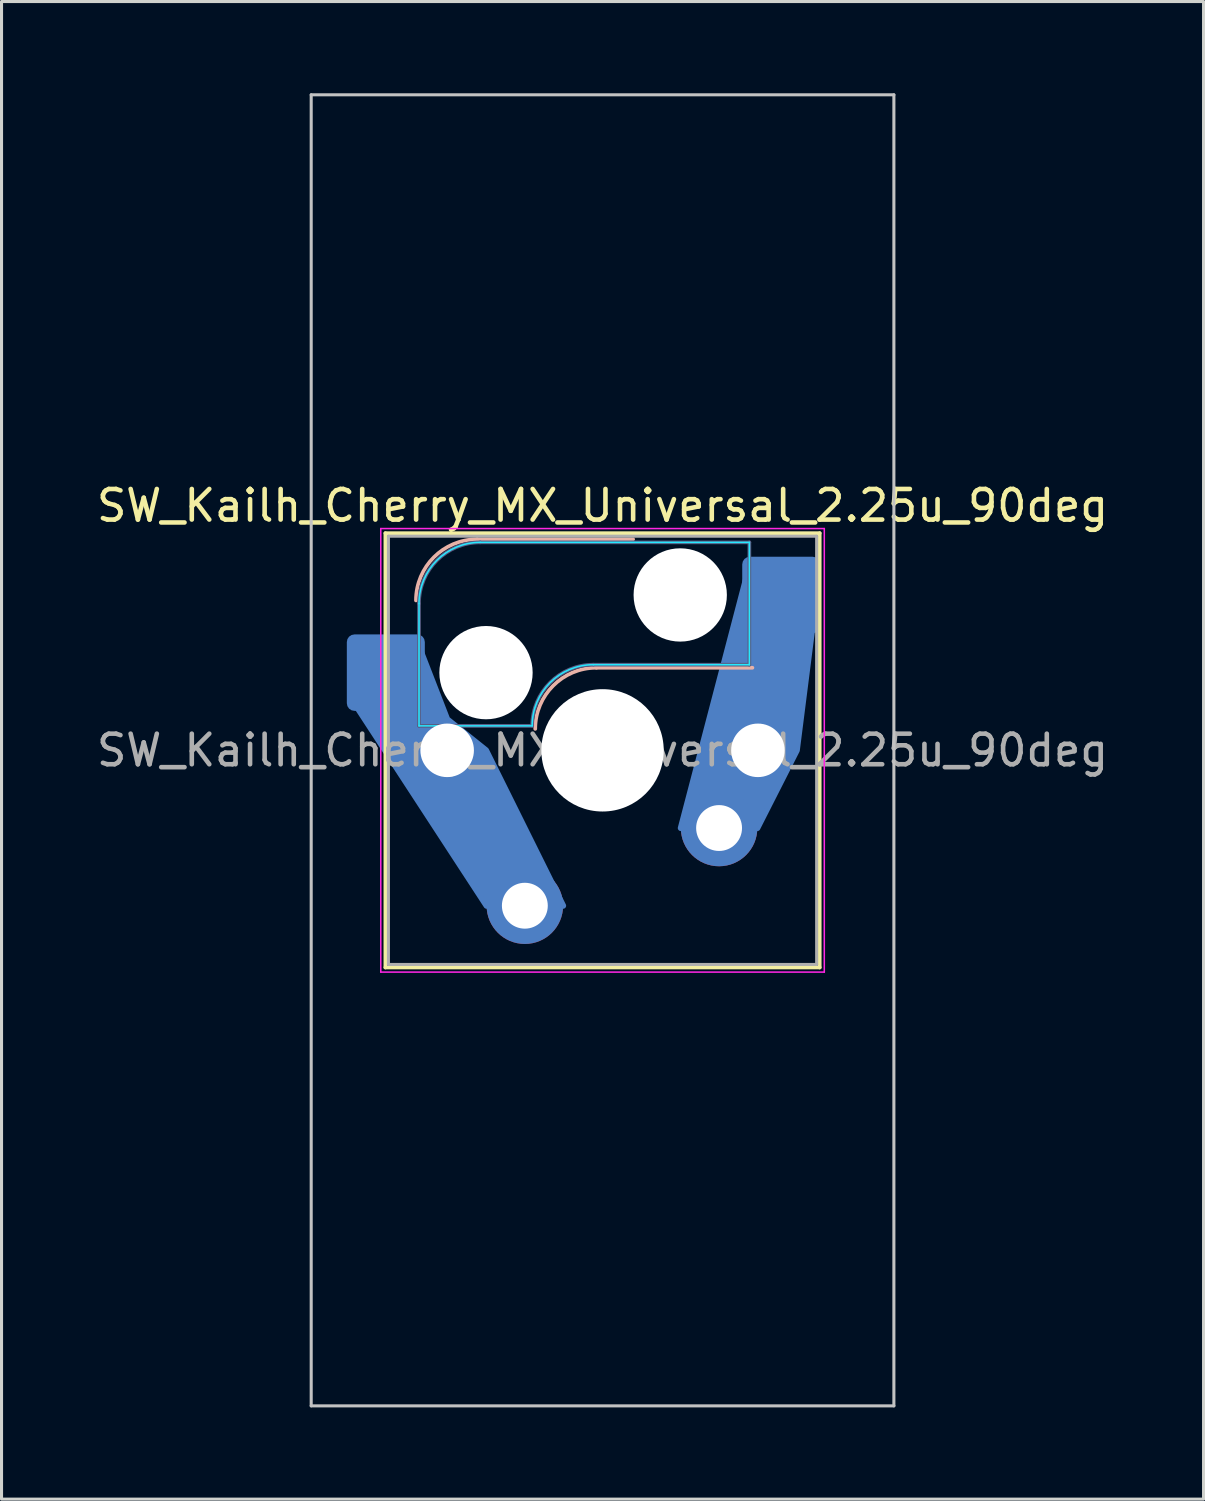
<source format=kicad_pcb>
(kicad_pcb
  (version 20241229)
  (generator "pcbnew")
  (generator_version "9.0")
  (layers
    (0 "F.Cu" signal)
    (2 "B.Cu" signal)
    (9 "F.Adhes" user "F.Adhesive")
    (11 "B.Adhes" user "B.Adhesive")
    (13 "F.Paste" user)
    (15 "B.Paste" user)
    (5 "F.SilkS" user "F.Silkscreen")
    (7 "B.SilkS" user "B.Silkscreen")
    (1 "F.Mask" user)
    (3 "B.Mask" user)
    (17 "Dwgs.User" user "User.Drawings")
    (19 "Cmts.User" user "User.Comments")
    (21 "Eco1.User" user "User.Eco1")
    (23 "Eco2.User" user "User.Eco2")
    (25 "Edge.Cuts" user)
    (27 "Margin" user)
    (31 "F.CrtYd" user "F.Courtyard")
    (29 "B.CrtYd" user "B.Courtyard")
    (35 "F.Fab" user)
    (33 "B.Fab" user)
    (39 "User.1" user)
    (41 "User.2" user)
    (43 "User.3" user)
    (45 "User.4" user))
  (footprint "SW_Kailh_Cherry_MX_Universal_2.25u_90deg"
    (layer "F.Cu")
    (at 16.649 21.481)
    (property "Reference" "SW_Kailh_Cherry_MX_Universal_2.25u_90deg" (at 0 -8 0) (layer "F.SilkS") (effects (font (size 1 1) (thickness 0.15))))
    (attr through_hole)
    (fp_poly (pts (xy 6.867 -4.08) (xy 6.35 0) (xy 5.06 2.54) (xy 2.56 2.54) (xy 4.817 -6.08)) (stroke (width 0.2) (type solid)) (fill yes) (layer "B.Cu"))
    (fp_poly (pts (xy -5.08 -1.015) (xy -3.81 0) (xy -1.29 5.08) (xy -3.79 5.08) (xy -8.11 -1.54) (xy -6.06 -3.54)) (stroke (width 0.2) (type solid)) (fill yes) (layer "B.Cu"))
    (fp_line (start -7.1 -7.1) (end -7.1 7.1) (stroke (width 0.12) (type solid)) (layer "F.SilkS"))
    (fp_line (start -7.1 7.1) (end 7.1 7.1) (stroke (width 0.12) (type solid)) (layer "F.SilkS"))
    (fp_line (start 7.1 -7.1) (end -7.1 -7.1) (stroke (width 0.12) (type solid)) (layer "F.SilkS"))
    (fp_line (start 7.1 7.1) (end 7.1 -7.1) (stroke (width 0.12) (type solid)) (layer "F.SilkS"))
    (fp_line (start -4.1 -6.9) (end 1 -6.9) (stroke (width 0.12) (type solid)) (layer "B.SilkS"))
    (fp_line (start -0.2 -2.7) (end 4.9 -2.7) (stroke (width 0.12) (type solid)) (layer "B.SilkS"))
    (fp_arc (start -6.1 -4.9) (mid -5.514214 -6.314214) (end -4.1 -6.9) (stroke (width 0.12) (type solid)) (layer "B.SilkS"))
    (fp_arc (start -2.2 -0.7) (mid -1.614214 -2.114214) (end -0.2 -2.7) (stroke (width 0.12) (type solid)) (layer "B.SilkS"))
    (fp_line (start -9.525 -21.431) (end 9.525 -21.431) (stroke (width 0.1) (type solid)) (layer "Dwgs.User"))
    (fp_line (start -9.525 21.431) (end -9.525 -21.431) (stroke (width 0.1) (type solid)) (layer "Dwgs.User"))
    (fp_line (start 9.525 -21.431) (end 9.525 21.431) (stroke (width 0.1) (type solid)) (layer "Dwgs.User"))
    (fp_line (start 9.525 21.431) (end -9.525 21.431) (stroke (width 0.1) (type solid)) (layer "Dwgs.User"))
    (fp_line (start -7.8 -6) (end -7 -6) (stroke (width 0.1) (type solid)) (layer "Eco1.User"))
    (fp_line (start -7.8 -2.9) (end -7.8 -6) (stroke (width 0.1) (type solid)) (layer "Eco1.User"))
    (fp_line (start -7.8 2.9) (end -7 2.9) (stroke (width 0.1) (type solid)) (layer "Eco1.User"))
    (fp_line (start -7.8 6) (end -7.8 2.9) (stroke (width 0.1) (type solid)) (layer "Eco1.User"))
    (fp_line (start -7 -7) (end 7 -7) (stroke (width 0.1) (type solid)) (layer "Eco1.User"))
    (fp_line (start -7 -6) (end -7 -7) (stroke (width 0.1) (type solid)) (layer "Eco1.User"))
    (fp_line (start -7 -2.9) (end -7.8 -2.9) (stroke (width 0.1) (type solid)) (layer "Eco1.User"))
    (fp_line (start -7 2.9) (end -7 -2.9) (stroke (width 0.1) (type solid)) (layer "Eco1.User"))
    (fp_line (start -7 6) (end -7.8 6) (stroke (width 0.1) (type solid)) (layer "Eco1.User"))
    (fp_line (start -7 7) (end -7 6) (stroke (width 0.1) (type solid)) (layer "Eco1.User"))
    (fp_line (start 7 -7) (end 7 -6) (stroke (width 0.1) (type solid)) (layer "Eco1.User"))
    (fp_line (start 7 -6) (end 7.8 -6) (stroke (width 0.1) (type solid)) (layer "Eco1.User"))
    (fp_line (start 7 -2.9) (end 7 2.9) (stroke (width 0.1) (type solid)) (layer "Eco1.User"))
    (fp_line (start 7 2.9) (end 7.8 2.9) (stroke (width 0.1) (type solid)) (layer "Eco1.User"))
    (fp_line (start 7 6) (end 7 7) (stroke (width 0.1) (type solid)) (layer "Eco1.User"))
    (fp_line (start 7 7) (end -7 7) (stroke (width 0.1) (type solid)) (layer "Eco1.User"))
    (fp_line (start 7.8 -6) (end 7.8 -2.9) (stroke (width 0.1) (type solid)) (layer "Eco1.User"))
    (fp_line (start 7.8 -2.9) (end 7 -2.9) (stroke (width 0.1) (type solid)) (layer "Eco1.User"))
    (fp_line (start 7.8 2.9) (end 7.8 6) (stroke (width 0.1) (type solid)) (layer "Eco1.User"))
    (fp_line (start 7.8 6) (end 7 6) (stroke (width 0.1) (type solid)) (layer "Eco1.User"))
    (fp_line (start -6 -0.8) (end -6 -4.8) (stroke (width 0.05) (type solid)) (layer "B.CrtYd"))
    (fp_line (start -6 -0.8) (end -2.3 -0.8) (stroke (width 0.05) (type solid)) (layer "B.CrtYd"))
    (fp_line (start -4 -6.8) (end 4.8 -6.8) (stroke (width 0.05) (type solid)) (layer "B.CrtYd"))
    (fp_line (start -0.3 -2.8) (end 4.8 -2.8) (stroke (width 0.05) (type solid)) (layer "B.CrtYd"))
    (fp_line (start 4.8 -6.8) (end 4.8 -2.8) (stroke (width 0.05) (type solid)) (layer "B.CrtYd"))
    (fp_arc (start -6 -4.8) (mid -5.414214 -6.214214) (end -4 -6.8) (stroke (width 0.05) (type solid)) (layer "B.CrtYd"))
    (fp_arc (start -2.3 -0.8) (mid -1.714214 -2.214214) (end -0.3 -2.8) (stroke (width 0.05) (type solid)) (layer "B.CrtYd"))
    (fp_line (start -7.25 -7.25) (end -7.25 7.25) (stroke (width 0.05) (type solid)) (layer "F.CrtYd"))
    (fp_line (start -7.25 7.25) (end 7.25 7.25) (stroke (width 0.05) (type solid)) (layer "F.CrtYd"))
    (fp_line (start 7.25 -7.25) (end -7.25 -7.25) (stroke (width 0.05) (type solid)) (layer "F.CrtYd"))
    (fp_line (start 7.25 7.25) (end 7.25 -7.25) (stroke (width 0.05) (type solid)) (layer "F.CrtYd"))
    (fp_line (start -6 -0.8) (end -6 -4.8) (stroke (width 0.12) (type solid)) (layer "B.Fab"))
    (fp_line (start -6 -0.8) (end -2.3 -0.8) (stroke (width 0.12) (type solid)) (layer "B.Fab"))
    (fp_line (start -4 -6.8) (end 4.8 -6.8) (stroke (width 0.12) (type solid)) (layer "B.Fab"))
    (fp_line (start -0.3 -2.8) (end 4.8 -2.8) (stroke (width 0.12) (type solid)) (layer "B.Fab"))
    (fp_line (start 4.8 -6.8) (end 4.8 -2.8) (stroke (width 0.12) (type solid)) (layer "B.Fab"))
    (fp_arc (start -6 -4.8) (mid -5.414214 -6.214214) (end -4 -6.8) (stroke (width 0.12) (type solid)) (layer "B.Fab"))
    (fp_arc (start -2.3 -0.8) (mid -1.714214 -2.214214) (end -0.3 -2.8) (stroke (width 0.12) (type solid)) (layer "B.Fab"))
    (fp_line (start -7 -7) (end -7 7) (stroke (width 0.1) (type solid)) (layer "F.Fab"))
    (fp_line (start -7 7) (end 7 7) (stroke (width 0.1) (type solid)) (layer "F.Fab"))
    (fp_line (start 7 -7) (end -7 -7) (stroke (width 0.1) (type solid)) (layer "F.Fab"))
    (fp_line (start 7 7) (end 7 -7) (stroke (width 0.1) (type solid)) (layer "F.Fab"))
    (fp_text user "${REFERENCE}" (at 0 0 0) (layer "F.Fab") (effects (font (size 1 1) (thickness 0.15))))
    (pad "" np_thru_hole circle (at -5.08 0) (size 1.75 1.75) (drill 1.75) (layers "*.Cu" "*.Mask"))
    (pad "" np_thru_hole circle (at -3.81 -2.54) (size 3.05 3.05) (drill 3.05) (layers "*.Cu" "*.Mask"))
    (pad "" np_thru_hole circle (at 0 0) (size 4 4) (drill 4) (layers "*.Cu" "*.Mask"))
    (pad "" np_thru_hole circle (at 2.54 -5.08) (size 3.05 3.05) (drill 3.05) (layers "*.Cu" "*.Mask"))
    (pad "" np_thru_hole circle (at 5.08 0) (size 1.75 1.75) (drill 1.75) (layers "*.Cu" "*.Mask"))
    (pad "1" smd roundrect (at -7.085 -2.54) (size 2.55 2.5) (layers "B.Cu" "B.Mask" "B.Paste") (roundrect_rratio 0.1))
    (pad "1" thru_hole circle (at -2.54 5.08) (size 2.5 2.5) (drill 1.5) (layers "*.Cu" "*.Mask"))
    (pad "2" thru_hole circle (at 3.81 2.54) (size 2.5 2.5) (drill 1.5) (layers "*.Cu" "*.Mask"))
    (pad "2" smd roundrect (at 5.842 -5.08) (size 2.55 2.5) (layers "B.Cu" "B.Mask" "B.Paste") (roundrect_rratio 0.1)))
  (gr_rect
    (start -3 -3)
    (end 36.298 45.962)
    (stroke (width 0.1) (type default))
    (fill no)
    (layer "Edge.Cuts")))
</source>
